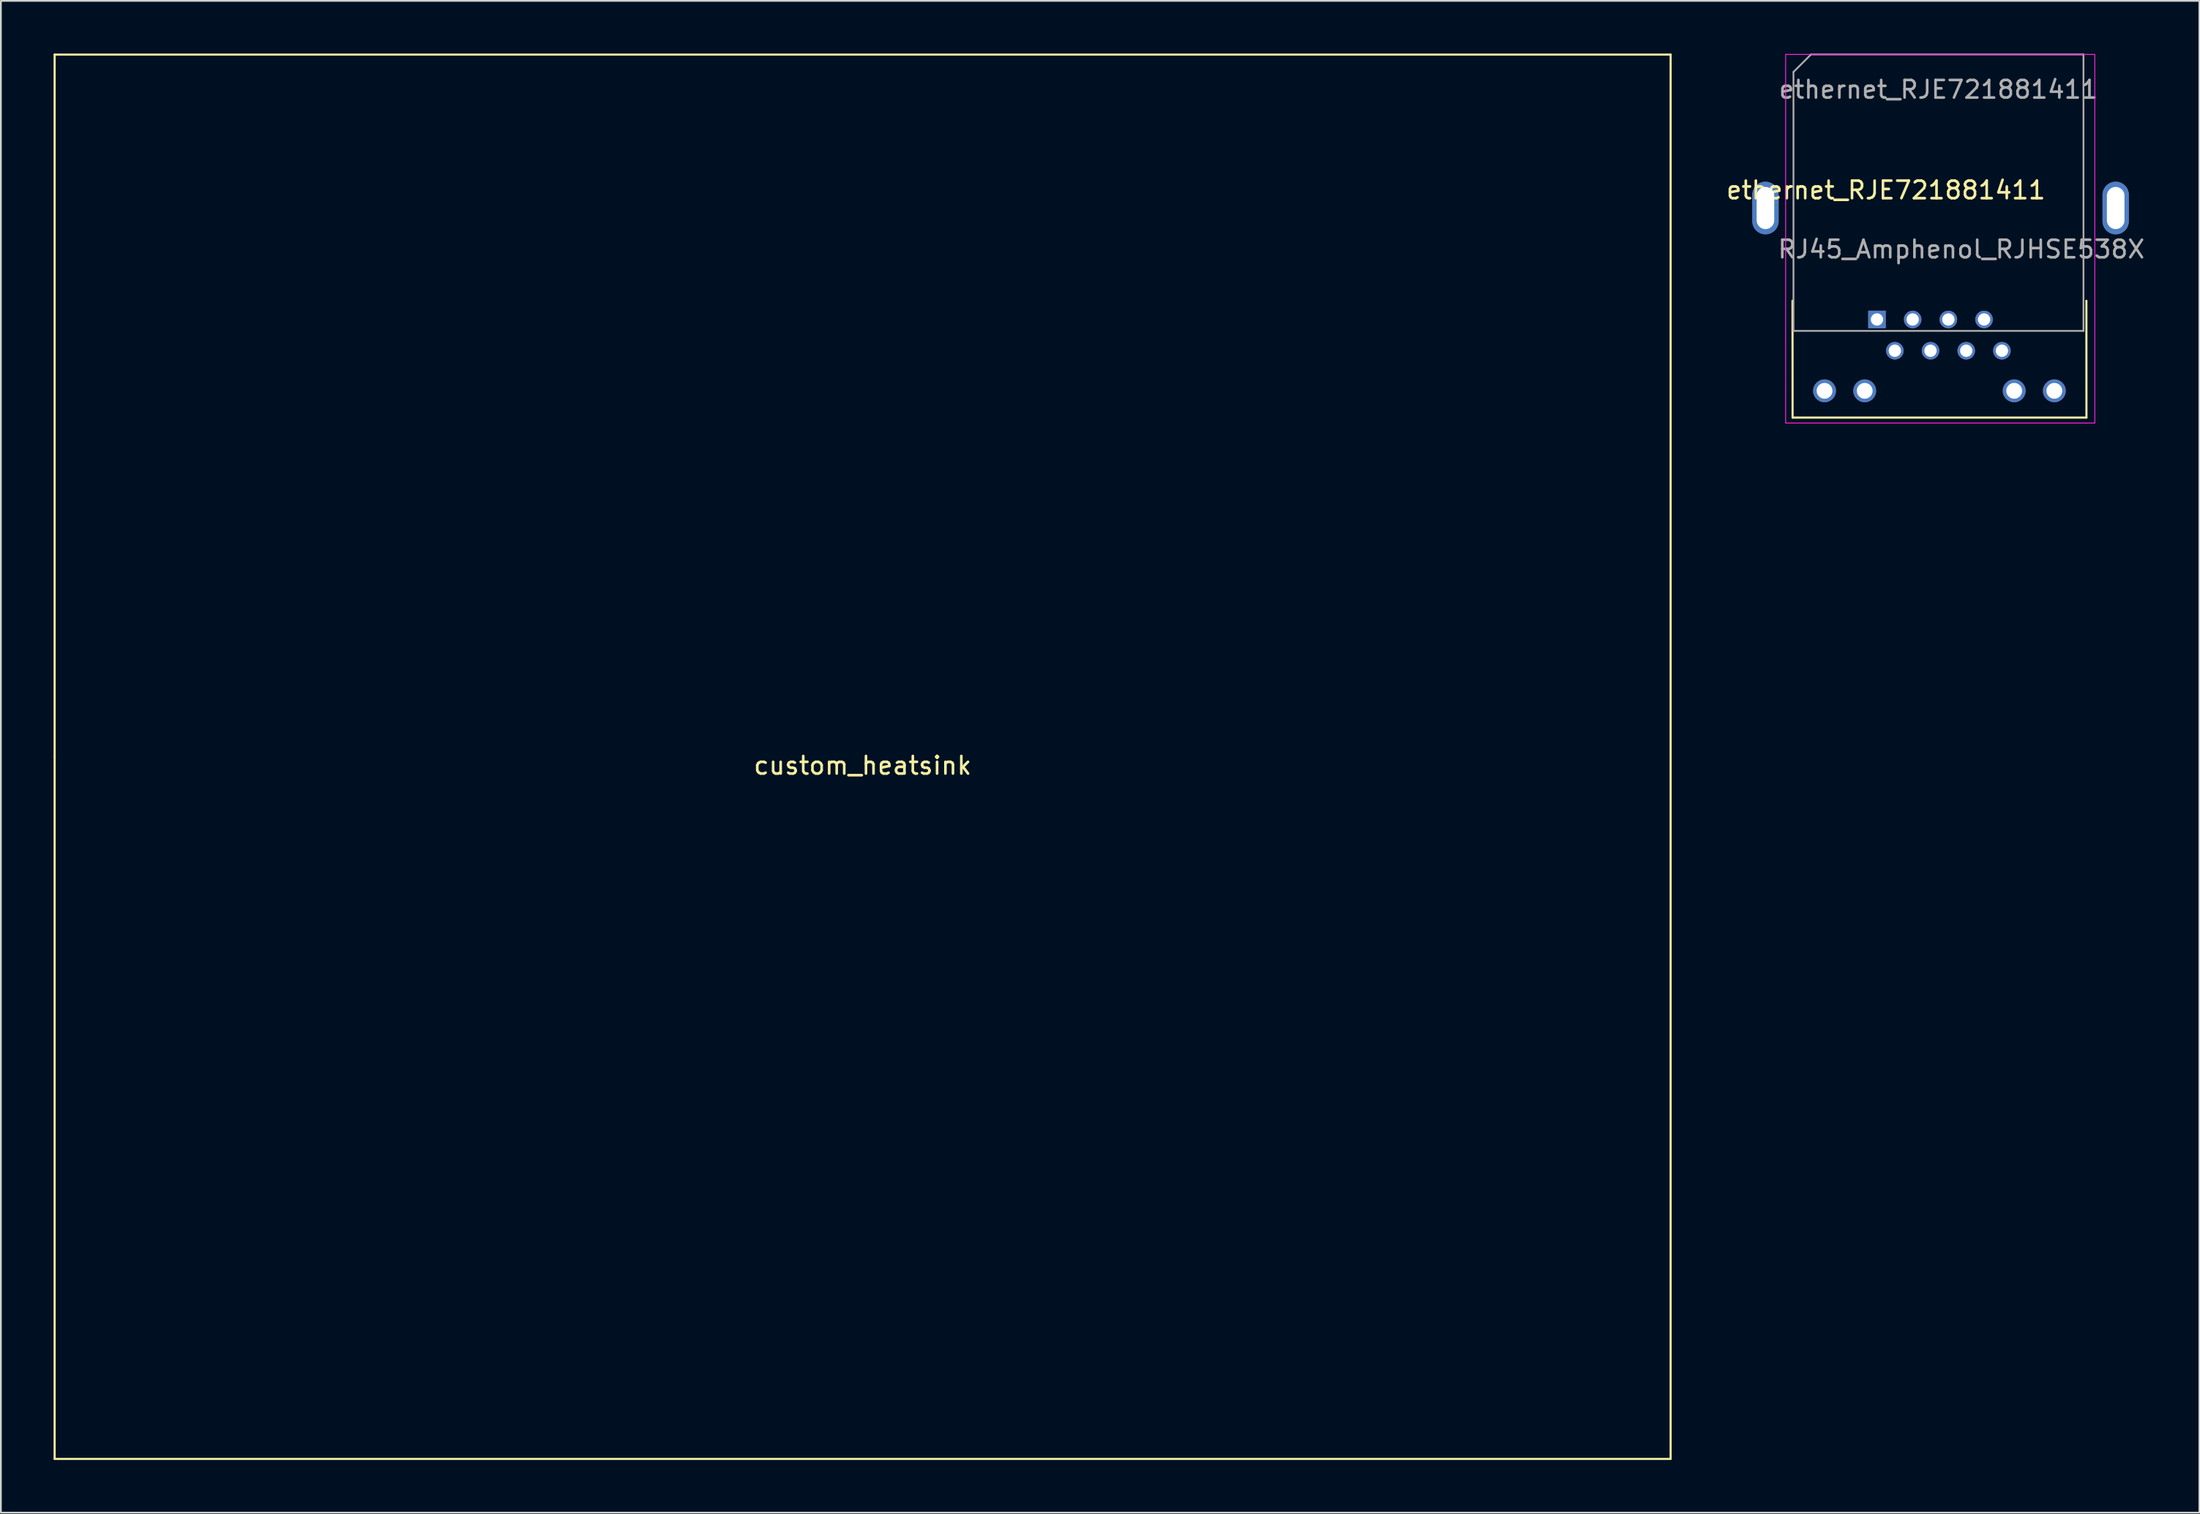
<source format=kicad_pcb>
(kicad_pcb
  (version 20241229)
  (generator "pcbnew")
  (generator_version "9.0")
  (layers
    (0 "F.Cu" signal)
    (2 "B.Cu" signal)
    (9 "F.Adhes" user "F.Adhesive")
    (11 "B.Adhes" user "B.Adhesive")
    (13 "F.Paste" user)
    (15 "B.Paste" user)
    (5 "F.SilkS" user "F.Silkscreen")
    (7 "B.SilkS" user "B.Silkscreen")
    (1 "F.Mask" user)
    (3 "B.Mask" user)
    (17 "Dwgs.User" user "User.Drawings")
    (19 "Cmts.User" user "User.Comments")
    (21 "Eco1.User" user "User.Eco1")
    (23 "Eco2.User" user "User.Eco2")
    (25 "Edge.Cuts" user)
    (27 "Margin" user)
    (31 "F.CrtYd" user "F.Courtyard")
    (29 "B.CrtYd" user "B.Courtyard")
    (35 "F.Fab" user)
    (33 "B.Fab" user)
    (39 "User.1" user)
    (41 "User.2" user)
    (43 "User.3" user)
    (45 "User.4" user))
  (footprint "ethernet_RJE721881411"
    (layer "F.Cu")
    (at 103.808 15.15)
    (property "Reference" "ethernet_RJE721881411" (at 0.508 -7.366 0) (layer "F.SilkS") (effects (font (size 1 1) (thickness 0.15))))
    (attr through_hole)
    (fp_line (start -4.809 -1.067) (end -4.805 5.588) (stroke (width 0.12) (type solid)) (layer "F.SilkS"))
    (fp_line (start -4.805 5.588) (end 11.925 5.588) (stroke (width 0.12) (type solid)) (layer "F.SilkS"))
    (fp_line (start 11.921 -1.067) (end 11.925 5.588) (stroke (width 0.12) (type solid)) (layer "F.SilkS"))
    (fp_line (start -4.889 -14.034) (end 12.002 -14.034) (stroke (width 0.12) (type solid)) (layer "Eco2.User"))
    (fp_line (start -4.889 -1.333) (end -4.889 -14.034) (stroke (width 0.12) (type solid)) (layer "Eco2.User"))
    (fp_line (start 3.556 5.5) (end 3.556 -14) (stroke (width 0.12) (type solid)) (layer "Eco2.User"))
    (fp_line (start 12.002 -14.034) (end 12.002 -1.333) (stroke (width 0.12) (type solid)) (layer "Eco2.User"))
    (fp_line (start 12.002 -1.333) (end -4.889 -1.333) (stroke (width 0.12) (type solid)) (layer "Eco2.User"))
    (fp_line (start -5.2 -15.1) (end -5.2 5.9) (stroke (width 0.05) (type solid)) (layer "F.CrtYd"))
    (fp_line (start -5.2 -15.1) (end 12.4 -15.1) (stroke (width 0.05) (type solid)) (layer "F.CrtYd"))
    (fp_line (start -5.2 5.9) (end 12.4 5.9) (stroke (width 0.05) (type solid)) (layer "F.CrtYd"))
    (fp_line (start 12.4 -15.1) (end 12.4 5.9) (stroke (width 0.05) (type solid)) (layer "F.CrtYd"))
    (fp_line (start -4.755 -14.1) (end -4.755 0.65) (stroke (width 0.1) (type solid)) (layer "F.Fab"))
    (fp_line (start -4.755 -14.1) (end -3.755 -15.1) (stroke (width 0.1) (type solid)) (layer "F.Fab"))
    (fp_line (start -4.755 0.65) (end 11.755 0.65) (stroke (width 0.1) (type solid)) (layer "F.Fab"))
    (fp_line (start -3.755 -15.1) (end 11.755 -15.1) (stroke (width 0.1) (type solid)) (layer "F.Fab"))
    (fp_line (start 11.755 -15.1) (end 11.755 0.65) (stroke (width 0.1) (type solid)) (layer "F.Fab"))
    (fp_text user "RJ45_Amphenol_RJHSE538X" (at 4.8 -4 0) (layer "F.Fab") (effects (font (size 1 1) (thickness 0.15))))
    (fp_text user "${REFERENCE}" (at 3.5 -13.1 0) (layer "F.Fab") (effects (font (size 1 1) (thickness 0.15))))
    (pad "1" thru_hole rect (at 0 0) (size 1 1) (drill 0.7) (layers "*.Cu" "*.Mask"))
    (pad "2" thru_hole circle (at 1.016 1.78) (size 1 1) (drill 0.7) (layers "*.Cu" "*.Mask"))
    (pad "3" thru_hole circle (at 2.032 0) (size 1 1) (drill 0.7) (layers "*.Cu" "*.Mask"))
    (pad "4" thru_hole circle (at 3.048 1.78) (size 1 1) (drill 0.7) (layers "*.Cu" "*.Mask"))
    (pad "5" thru_hole circle (at 4.064 0) (size 1 1) (drill 0.7) (layers "*.Cu" "*.Mask"))
    (pad "6" thru_hole circle (at 5.08 1.78) (size 1 1) (drill 0.7) (layers "*.Cu" "*.Mask"))
    (pad "7" thru_hole circle (at 6.096 0) (size 1 1) (drill 0.7) (layers "*.Cu" "*.Mask"))
    (pad "8" thru_hole circle (at 7.112 1.78) (size 1 1) (drill 0.7) (layers "*.Cu" "*.Mask"))
    (pad "9" thru_hole circle (at -2.985 4.064) (size 1.3 1.3) (drill 0.9) (layers "*.Cu" "*.Mask"))
    (pad "10" thru_hole circle (at -0.699 4.064) (size 1.3 1.3) (drill 0.9) (layers "*.Cu" "*.Mask"))
    (pad "11" thru_hole circle (at 7.811 4.064) (size 1.3 1.3) (drill 0.9) (layers "*.Cu" "*.Mask"))
    (pad "12" thru_hole circle (at 10.097 4.064) (size 1.3 1.3) (drill 0.9) (layers "*.Cu" "*.Mask"))
    (pad "SH" thru_hole oval (at -6.35 -6.35) (size 1.5 3) (drill oval 1 2.4) (layers "*.Cu" "*.Mask"))
    (pad "SH" thru_hole oval (at 13.589 -6.35) (size 1.5 3) (drill oval 1 2.4) (layers "*.Cu" "*.Mask")))
  (footprint "custom_heatsink"
    (layer "F.Cu")
    (at 46.06 40.06)
    (property "Reference" "custom_heatsink" (at 0 0.5 0) (layer "F.SilkS") (effects (font (size 1 1) (thickness 0.15))))
    (attr through_hole)
    (fp_line (start -46 -40) (end 46 -40) (stroke (width 0.12) (type solid)) (layer "F.SilkS"))
    (fp_line (start -46 0) (end -46 -40) (stroke (width 0.12) (type solid)) (layer "F.SilkS"))
    (fp_line (start -46 40) (end -46 0) (stroke (width 0.12) (type solid)) (layer "F.SilkS"))
    (fp_line (start 46 -40) (end 46 40) (stroke (width 0.12) (type solid)) (layer "F.SilkS"))
    (fp_line (start 46 40) (end -46 40) (stroke (width 0.12) (type solid)) (layer "F.SilkS")))
  (gr_rect
    (start -3 -3)
    (end 122.162 83.12)
    (stroke (width 0.1) (type default))
    (fill no)
    (layer "Edge.Cuts")))
</source>
